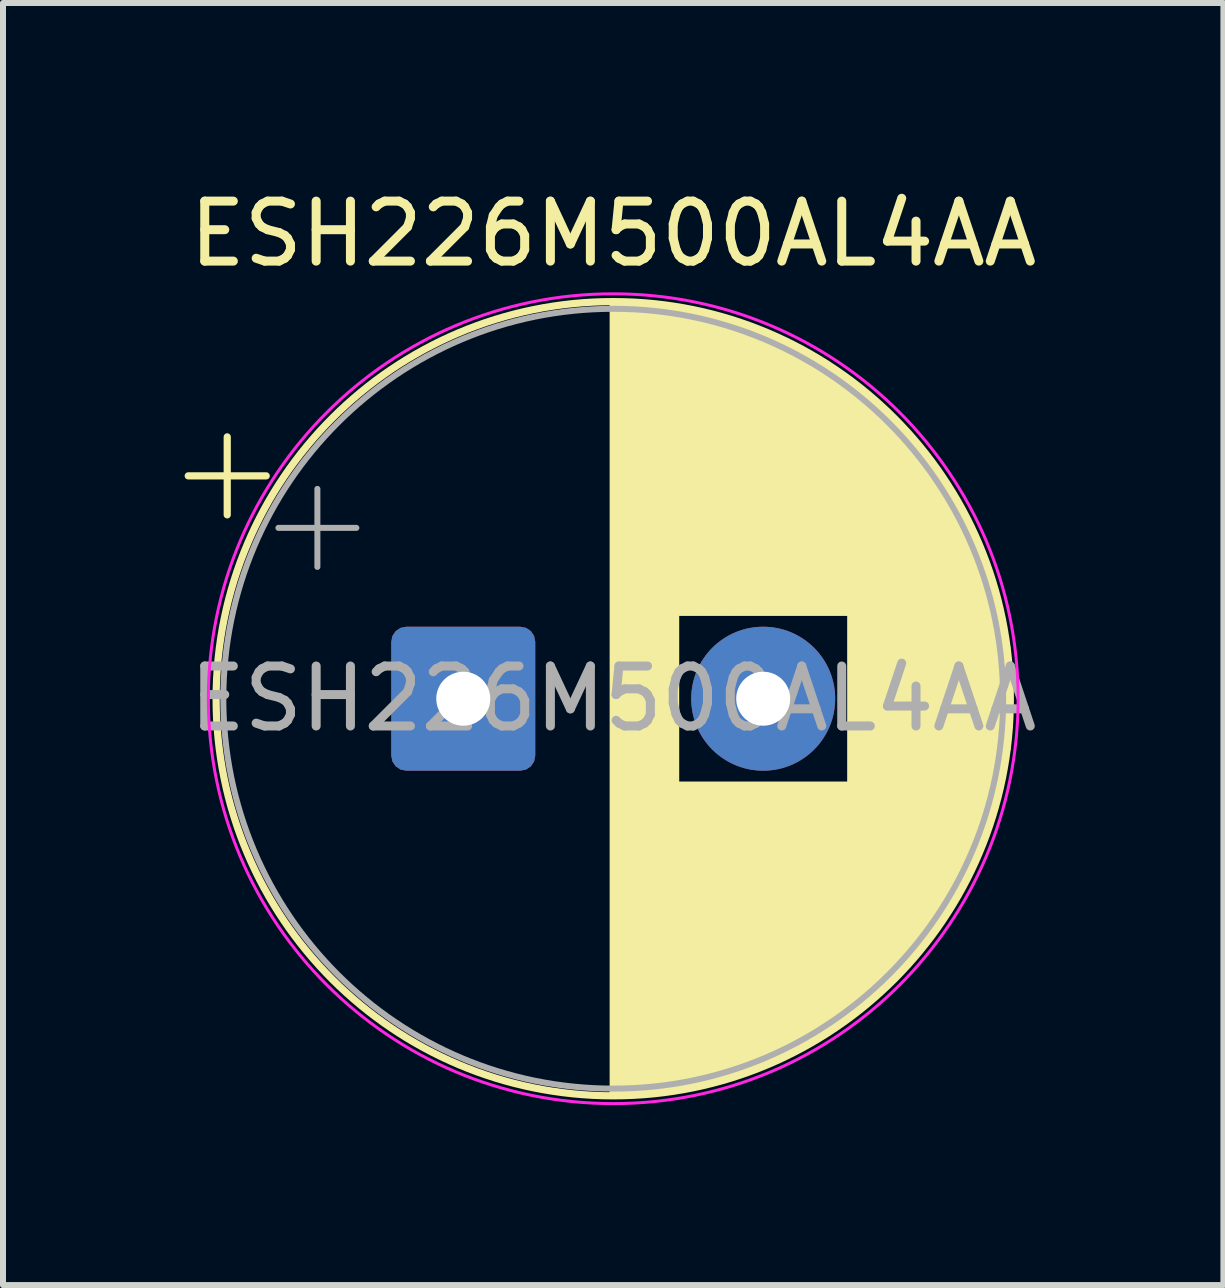
<source format=kicad_pcb>
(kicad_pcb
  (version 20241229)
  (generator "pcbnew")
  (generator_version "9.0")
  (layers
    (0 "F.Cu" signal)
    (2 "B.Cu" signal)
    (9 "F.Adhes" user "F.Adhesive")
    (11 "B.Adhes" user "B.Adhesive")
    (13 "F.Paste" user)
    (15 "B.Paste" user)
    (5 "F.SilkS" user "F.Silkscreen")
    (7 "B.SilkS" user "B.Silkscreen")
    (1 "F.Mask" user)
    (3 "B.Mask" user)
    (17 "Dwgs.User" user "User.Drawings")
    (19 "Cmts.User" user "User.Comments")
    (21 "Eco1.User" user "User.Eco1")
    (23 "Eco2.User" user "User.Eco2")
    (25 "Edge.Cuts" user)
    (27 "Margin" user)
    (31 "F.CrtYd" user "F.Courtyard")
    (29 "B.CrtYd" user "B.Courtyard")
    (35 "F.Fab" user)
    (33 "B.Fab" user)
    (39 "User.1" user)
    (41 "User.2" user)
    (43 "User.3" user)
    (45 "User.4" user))
  (footprint "ESH226M500AL4AA"
    (layer "F.Cu")
    (at 4.673 8.598)
    (property "Reference" "ESH226M500AL4AA" (at 2.5 -7.75 0) (layer "F.SilkS") (effects (font (size 1 1) (thickness 0.15))))
    (attr through_hole)
    (fp_line (start -4.585 -3.715) (end -3.285 -3.715) (stroke (width 0.12) (type solid)) (layer "F.SilkS"))
    (fp_line (start -3.935 -4.365) (end -3.935 -3.065) (stroke (width 0.12) (type solid)) (layer "F.SilkS"))
    (fp_line (start 2.5 -6.58) (end 2.5 6.58) (stroke (width 0.12) (type solid)) (layer "F.SilkS"))
    (fp_line (start 2.54 -6.58) (end 2.54 6.58) (stroke (width 0.12) (type solid)) (layer "F.SilkS"))
    (fp_line (start 2.58 -6.58) (end 2.58 6.58) (stroke (width 0.12) (type solid)) (layer "F.SilkS"))
    (fp_line (start 2.62 -6.579) (end 2.62 6.579) (stroke (width 0.12) (type solid)) (layer "F.SilkS"))
    (fp_line (start 2.66 -6.578) (end 2.66 6.578) (stroke (width 0.12) (type solid)) (layer "F.SilkS"))
    (fp_line (start 2.7 -6.577) (end 2.7 6.577) (stroke (width 0.12) (type solid)) (layer "F.SilkS"))
    (fp_line (start 2.74 -6.576) (end 2.74 6.576) (stroke (width 0.12) (type solid)) (layer "F.SilkS"))
    (fp_line (start 2.78 -6.574) (end 2.78 6.574) (stroke (width 0.12) (type solid)) (layer "F.SilkS"))
    (fp_line (start 2.82 -6.572) (end 2.82 6.572) (stroke (width 0.12) (type solid)) (layer "F.SilkS"))
    (fp_line (start 2.86 -6.57) (end 2.86 6.57) (stroke (width 0.12) (type solid)) (layer "F.SilkS"))
    (fp_line (start 2.9 -6.568) (end 2.9 6.568) (stroke (width 0.12) (type solid)) (layer "F.SilkS"))
    (fp_line (start 2.94 -6.565) (end 2.94 6.565) (stroke (width 0.12) (type solid)) (layer "F.SilkS"))
    (fp_line (start 2.98 -6.563) (end 2.98 6.563) (stroke (width 0.12) (type solid)) (layer "F.SilkS"))
    (fp_line (start 3.02 -6.56) (end 3.02 6.56) (stroke (width 0.12) (type solid)) (layer "F.SilkS"))
    (fp_line (start 3.06 -6.556) (end 3.06 6.556) (stroke (width 0.12) (type solid)) (layer "F.SilkS"))
    (fp_line (start 3.1 -6.553) (end 3.1 6.553) (stroke (width 0.12) (type solid)) (layer "F.SilkS"))
    (fp_line (start 3.14 -6.549) (end 3.14 6.549) (stroke (width 0.12) (type solid)) (layer "F.SilkS"))
    (fp_line (start 3.18 -6.545) (end 3.18 6.545) (stroke (width 0.12) (type solid)) (layer "F.SilkS"))
    (fp_line (start 3.22 -6.541) (end 3.22 6.541) (stroke (width 0.12) (type solid)) (layer "F.SilkS"))
    (fp_line (start 3.26 -6.536) (end 3.26 6.536) (stroke (width 0.12) (type solid)) (layer "F.SilkS"))
    (fp_line (start 3.3 -6.531) (end 3.3 6.531) (stroke (width 0.12) (type solid)) (layer "F.SilkS"))
    (fp_line (start 3.34 -6.526) (end 3.34 6.526) (stroke (width 0.12) (type solid)) (layer "F.SilkS"))
    (fp_line (start 3.38 -6.521) (end 3.38 6.521) (stroke (width 0.12) (type solid)) (layer "F.SilkS"))
    (fp_line (start 3.42 -6.516) (end 3.42 6.516) (stroke (width 0.12) (type solid)) (layer "F.SilkS"))
    (fp_line (start 3.46 -6.51) (end 3.46 6.51) (stroke (width 0.12) (type solid)) (layer "F.SilkS"))
    (fp_line (start 3.5 -6.504) (end 3.5 6.504) (stroke (width 0.12) (type solid)) (layer "F.SilkS"))
    (fp_line (start 3.54 -6.498) (end 3.54 6.498) (stroke (width 0.12) (type solid)) (layer "F.SilkS"))
    (fp_line (start 3.58 -6.491) (end 3.58 -1.44) (stroke (width 0.12) (type solid)) (layer "F.SilkS"))
    (fp_line (start 3.58 1.44) (end 3.58 6.491) (stroke (width 0.12) (type solid)) (layer "F.SilkS"))
    (fp_line (start 3.62 -6.485) (end 3.62 -1.44) (stroke (width 0.12) (type solid)) (layer "F.SilkS"))
    (fp_line (start 3.62 1.44) (end 3.62 6.485) (stroke (width 0.12) (type solid)) (layer "F.SilkS"))
    (fp_line (start 3.66 -6.478) (end 3.66 -1.44) (stroke (width 0.12) (type solid)) (layer "F.SilkS"))
    (fp_line (start 3.66 1.44) (end 3.66 6.478) (stroke (width 0.12) (type solid)) (layer "F.SilkS"))
    (fp_line (start 3.7 -6.47) (end 3.7 -1.44) (stroke (width 0.12) (type solid)) (layer "F.SilkS"))
    (fp_line (start 3.7 1.44) (end 3.7 6.47) (stroke (width 0.12) (type solid)) (layer "F.SilkS"))
    (fp_line (start 3.74 -6.463) (end 3.74 -1.44) (stroke (width 0.12) (type solid)) (layer "F.SilkS"))
    (fp_line (start 3.74 1.44) (end 3.74 6.463) (stroke (width 0.12) (type solid)) (layer "F.SilkS"))
    (fp_line (start 3.78 -6.455) (end 3.78 -1.44) (stroke (width 0.12) (type solid)) (layer "F.SilkS"))
    (fp_line (start 3.78 1.44) (end 3.78 6.455) (stroke (width 0.12) (type solid)) (layer "F.SilkS"))
    (fp_line (start 3.82 -6.447) (end 3.82 -1.44) (stroke (width 0.12) (type solid)) (layer "F.SilkS"))
    (fp_line (start 3.82 1.44) (end 3.82 6.447) (stroke (width 0.12) (type solid)) (layer "F.SilkS"))
    (fp_line (start 3.86 -6.439) (end 3.86 -1.44) (stroke (width 0.12) (type solid)) (layer "F.SilkS"))
    (fp_line (start 3.86 1.44) (end 3.86 6.439) (stroke (width 0.12) (type solid)) (layer "F.SilkS"))
    (fp_line (start 3.9 -6.43) (end 3.9 -1.44) (stroke (width 0.12) (type solid)) (layer "F.SilkS"))
    (fp_line (start 3.9 1.44) (end 3.9 6.43) (stroke (width 0.12) (type solid)) (layer "F.SilkS"))
    (fp_line (start 3.94 -6.421) (end 3.94 -1.44) (stroke (width 0.12) (type solid)) (layer "F.SilkS"))
    (fp_line (start 3.94 1.44) (end 3.94 6.421) (stroke (width 0.12) (type solid)) (layer "F.SilkS"))
    (fp_line (start 3.98 -6.412) (end 3.98 -1.44) (stroke (width 0.12) (type solid)) (layer "F.SilkS"))
    (fp_line (start 3.98 1.44) (end 3.98 6.412) (stroke (width 0.12) (type solid)) (layer "F.SilkS"))
    (fp_line (start 4.02 -6.403) (end 4.02 -1.44) (stroke (width 0.12) (type solid)) (layer "F.SilkS"))
    (fp_line (start 4.02 1.44) (end 4.02 6.403) (stroke (width 0.12) (type solid)) (layer "F.SilkS"))
    (fp_line (start 4.06 -6.394) (end 4.06 -1.44) (stroke (width 0.12) (type solid)) (layer "F.SilkS"))
    (fp_line (start 4.06 1.44) (end 4.06 6.394) (stroke (width 0.12) (type solid)) (layer "F.SilkS"))
    (fp_line (start 4.1 -6.384) (end 4.1 -1.44) (stroke (width 0.12) (type solid)) (layer "F.SilkS"))
    (fp_line (start 4.1 1.44) (end 4.1 6.384) (stroke (width 0.12) (type solid)) (layer "F.SilkS"))
    (fp_line (start 4.14 -6.374) (end 4.14 -1.44) (stroke (width 0.12) (type solid)) (layer "F.SilkS"))
    (fp_line (start 4.14 1.44) (end 4.14 6.374) (stroke (width 0.12) (type solid)) (layer "F.SilkS"))
    (fp_line (start 4.18 -6.363) (end 4.18 -1.44) (stroke (width 0.12) (type solid)) (layer "F.SilkS"))
    (fp_line (start 4.18 1.44) (end 4.18 6.363) (stroke (width 0.12) (type solid)) (layer "F.SilkS"))
    (fp_line (start 4.22 -6.353) (end 4.22 -1.44) (stroke (width 0.12) (type solid)) (layer "F.SilkS"))
    (fp_line (start 4.22 1.44) (end 4.22 6.353) (stroke (width 0.12) (type solid)) (layer "F.SilkS"))
    (fp_line (start 4.26 -6.342) (end 4.26 -1.44) (stroke (width 0.12) (type solid)) (layer "F.SilkS"))
    (fp_line (start 4.26 1.44) (end 4.26 6.342) (stroke (width 0.12) (type solid)) (layer "F.SilkS"))
    (fp_line (start 4.3 -6.331) (end 4.3 -1.44) (stroke (width 0.12) (type solid)) (layer "F.SilkS"))
    (fp_line (start 4.3 1.44) (end 4.3 6.331) (stroke (width 0.12) (type solid)) (layer "F.SilkS"))
    (fp_line (start 4.34 -6.319) (end 4.34 -1.44) (stroke (width 0.12) (type solid)) (layer "F.SilkS"))
    (fp_line (start 4.34 1.44) (end 4.34 6.319) (stroke (width 0.12) (type solid)) (layer "F.SilkS"))
    (fp_line (start 4.38 -6.307) (end 4.38 -1.44) (stroke (width 0.12) (type solid)) (layer "F.SilkS"))
    (fp_line (start 4.38 1.44) (end 4.38 6.307) (stroke (width 0.12) (type solid)) (layer "F.SilkS"))
    (fp_line (start 4.42 -6.295) (end 4.42 -1.44) (stroke (width 0.12) (type solid)) (layer "F.SilkS"))
    (fp_line (start 4.42 1.44) (end 4.42 6.295) (stroke (width 0.12) (type solid)) (layer "F.SilkS"))
    (fp_line (start 4.46 -6.283) (end 4.46 -1.44) (stroke (width 0.12) (type solid)) (layer "F.SilkS"))
    (fp_line (start 4.46 1.44) (end 4.46 6.283) (stroke (width 0.12) (type solid)) (layer "F.SilkS"))
    (fp_line (start 4.5 -6.271) (end 4.5 -1.44) (stroke (width 0.12) (type solid)) (layer "F.SilkS"))
    (fp_line (start 4.5 1.44) (end 4.5 6.271) (stroke (width 0.12) (type solid)) (layer "F.SilkS"))
    (fp_line (start 4.54 -6.258) (end 4.54 -1.44) (stroke (width 0.12) (type solid)) (layer "F.SilkS"))
    (fp_line (start 4.54 1.44) (end 4.54 6.258) (stroke (width 0.12) (type solid)) (layer "F.SilkS"))
    (fp_line (start 4.58 -6.245) (end 4.58 -1.44) (stroke (width 0.12) (type solid)) (layer "F.SilkS"))
    (fp_line (start 4.58 1.44) (end 4.58 6.245) (stroke (width 0.12) (type solid)) (layer "F.SilkS"))
    (fp_line (start 4.62 -6.231) (end 4.62 -1.44) (stroke (width 0.12) (type solid)) (layer "F.SilkS"))
    (fp_line (start 4.62 1.44) (end 4.62 6.231) (stroke (width 0.12) (type solid)) (layer "F.SilkS"))
    (fp_line (start 4.66 -6.218) (end 4.66 -1.44) (stroke (width 0.12) (type solid)) (layer "F.SilkS"))
    (fp_line (start 4.66 1.44) (end 4.66 6.218) (stroke (width 0.12) (type solid)) (layer "F.SilkS"))
    (fp_line (start 4.7 -6.204) (end 4.7 -1.44) (stroke (width 0.12) (type solid)) (layer "F.SilkS"))
    (fp_line (start 4.7 1.44) (end 4.7 6.204) (stroke (width 0.12) (type solid)) (layer "F.SilkS"))
    (fp_line (start 4.74 -6.19) (end 4.74 -1.44) (stroke (width 0.12) (type solid)) (layer "F.SilkS"))
    (fp_line (start 4.74 1.44) (end 4.74 6.19) (stroke (width 0.12) (type solid)) (layer "F.SilkS"))
    (fp_line (start 4.78 -6.175) (end 4.78 -1.44) (stroke (width 0.12) (type solid)) (layer "F.SilkS"))
    (fp_line (start 4.78 1.44) (end 4.78 6.175) (stroke (width 0.12) (type solid)) (layer "F.SilkS"))
    (fp_line (start 4.82 -6.16) (end 4.82 -1.44) (stroke (width 0.12) (type solid)) (layer "F.SilkS"))
    (fp_line (start 4.82 1.44) (end 4.82 6.16) (stroke (width 0.12) (type solid)) (layer "F.SilkS"))
    (fp_line (start 4.86 -6.145) (end 4.86 -1.44) (stroke (width 0.12) (type solid)) (layer "F.SilkS"))
    (fp_line (start 4.86 1.44) (end 4.86 6.145) (stroke (width 0.12) (type solid)) (layer "F.SilkS"))
    (fp_line (start 4.9 -6.13) (end 4.9 -1.44) (stroke (width 0.12) (type solid)) (layer "F.SilkS"))
    (fp_line (start 4.9 1.44) (end 4.9 6.13) (stroke (width 0.12) (type solid)) (layer "F.SilkS"))
    (fp_line (start 4.94 -6.114) (end 4.94 -1.44) (stroke (width 0.12) (type solid)) (layer "F.SilkS"))
    (fp_line (start 4.94 1.44) (end 4.94 6.114) (stroke (width 0.12) (type solid)) (layer "F.SilkS"))
    (fp_line (start 4.98 -6.098) (end 4.98 -1.44) (stroke (width 0.12) (type solid)) (layer "F.SilkS"))
    (fp_line (start 4.98 1.44) (end 4.98 6.098) (stroke (width 0.12) (type solid)) (layer "F.SilkS"))
    (fp_line (start 5.02 -6.082) (end 5.02 -1.44) (stroke (width 0.12) (type solid)) (layer "F.SilkS"))
    (fp_line (start 5.02 1.44) (end 5.02 6.082) (stroke (width 0.12) (type solid)) (layer "F.SilkS"))
    (fp_line (start 5.06 -6.065) (end 5.06 -1.44) (stroke (width 0.12) (type solid)) (layer "F.SilkS"))
    (fp_line (start 5.06 1.44) (end 5.06 6.065) (stroke (width 0.12) (type solid)) (layer "F.SilkS"))
    (fp_line (start 5.1 -6.048) (end 5.1 -1.44) (stroke (width 0.12) (type solid)) (layer "F.SilkS"))
    (fp_line (start 5.1 1.44) (end 5.1 6.048) (stroke (width 0.12) (type solid)) (layer "F.SilkS"))
    (fp_line (start 5.14 -6.031) (end 5.14 -1.44) (stroke (width 0.12) (type solid)) (layer "F.SilkS"))
    (fp_line (start 5.14 1.44) (end 5.14 6.031) (stroke (width 0.12) (type solid)) (layer "F.SilkS"))
    (fp_line (start 5.18 -6.013) (end 5.18 -1.44) (stroke (width 0.12) (type solid)) (layer "F.SilkS"))
    (fp_line (start 5.18 1.44) (end 5.18 6.013) (stroke (width 0.12) (type solid)) (layer "F.SilkS"))
    (fp_line (start 5.22 -5.995) (end 5.22 -1.44) (stroke (width 0.12) (type solid)) (layer "F.SilkS"))
    (fp_line (start 5.22 1.44) (end 5.22 5.995) (stroke (width 0.12) (type solid)) (layer "F.SilkS"))
    (fp_line (start 5.26 -5.977) (end 5.26 -1.44) (stroke (width 0.12) (type solid)) (layer "F.SilkS"))
    (fp_line (start 5.26 1.44) (end 5.26 5.977) (stroke (width 0.12) (type solid)) (layer "F.SilkS"))
    (fp_line (start 5.3 -5.959) (end 5.3 -1.44) (stroke (width 0.12) (type solid)) (layer "F.SilkS"))
    (fp_line (start 5.3 1.44) (end 5.3 5.959) (stroke (width 0.12) (type solid)) (layer "F.SilkS"))
    (fp_line (start 5.34 -5.94) (end 5.34 -1.44) (stroke (width 0.12) (type solid)) (layer "F.SilkS"))
    (fp_line (start 5.34 1.44) (end 5.34 5.94) (stroke (width 0.12) (type solid)) (layer "F.SilkS"))
    (fp_line (start 5.38 -5.921) (end 5.38 -1.44) (stroke (width 0.12) (type solid)) (layer "F.SilkS"))
    (fp_line (start 5.38 1.44) (end 5.38 5.921) (stroke (width 0.12) (type solid)) (layer "F.SilkS"))
    (fp_line (start 5.42 -5.901) (end 5.42 -1.44) (stroke (width 0.12) (type solid)) (layer "F.SilkS"))
    (fp_line (start 5.42 1.44) (end 5.42 5.901) (stroke (width 0.12) (type solid)) (layer "F.SilkS"))
    (fp_line (start 5.46 -5.881) (end 5.46 -1.44) (stroke (width 0.12) (type solid)) (layer "F.SilkS"))
    (fp_line (start 5.46 1.44) (end 5.46 5.881) (stroke (width 0.12) (type solid)) (layer "F.SilkS"))
    (fp_line (start 5.5 -5.861) (end 5.5 -1.44) (stroke (width 0.12) (type solid)) (layer "F.SilkS"))
    (fp_line (start 5.5 1.44) (end 5.5 5.861) (stroke (width 0.12) (type solid)) (layer "F.SilkS"))
    (fp_line (start 5.54 -5.841) (end 5.54 -1.44) (stroke (width 0.12) (type solid)) (layer "F.SilkS"))
    (fp_line (start 5.54 1.44) (end 5.54 5.841) (stroke (width 0.12) (type solid)) (layer "F.SilkS"))
    (fp_line (start 5.58 -5.82) (end 5.58 -1.44) (stroke (width 0.12) (type solid)) (layer "F.SilkS"))
    (fp_line (start 5.58 1.44) (end 5.58 5.82) (stroke (width 0.12) (type solid)) (layer "F.SilkS"))
    (fp_line (start 5.62 -5.799) (end 5.62 -1.44) (stroke (width 0.12) (type solid)) (layer "F.SilkS"))
    (fp_line (start 5.62 1.44) (end 5.62 5.799) (stroke (width 0.12) (type solid)) (layer "F.SilkS"))
    (fp_line (start 5.66 -5.777) (end 5.66 -1.44) (stroke (width 0.12) (type solid)) (layer "F.SilkS"))
    (fp_line (start 5.66 1.44) (end 5.66 5.777) (stroke (width 0.12) (type solid)) (layer "F.SilkS"))
    (fp_line (start 5.7 -5.755) (end 5.7 -1.44) (stroke (width 0.12) (type solid)) (layer "F.SilkS"))
    (fp_line (start 5.7 1.44) (end 5.7 5.755) (stroke (width 0.12) (type solid)) (layer "F.SilkS"))
    (fp_line (start 5.74 -5.733) (end 5.74 -1.44) (stroke (width 0.12) (type solid)) (layer "F.SilkS"))
    (fp_line (start 5.74 1.44) (end 5.74 5.733) (stroke (width 0.12) (type solid)) (layer "F.SilkS"))
    (fp_line (start 5.78 -5.71) (end 5.78 -1.44) (stroke (width 0.12) (type solid)) (layer "F.SilkS"))
    (fp_line (start 5.78 1.44) (end 5.78 5.71) (stroke (width 0.12) (type solid)) (layer "F.SilkS"))
    (fp_line (start 5.82 -5.687) (end 5.82 -1.44) (stroke (width 0.12) (type solid)) (layer "F.SilkS"))
    (fp_line (start 5.82 1.44) (end 5.82 5.687) (stroke (width 0.12) (type solid)) (layer "F.SilkS"))
    (fp_line (start 5.86 -5.664) (end 5.86 -1.44) (stroke (width 0.12) (type solid)) (layer "F.SilkS"))
    (fp_line (start 5.86 1.44) (end 5.86 5.664) (stroke (width 0.12) (type solid)) (layer "F.SilkS"))
    (fp_line (start 5.9 -5.64) (end 5.9 -1.44) (stroke (width 0.12) (type solid)) (layer "F.SilkS"))
    (fp_line (start 5.9 1.44) (end 5.9 5.64) (stroke (width 0.12) (type solid)) (layer "F.SilkS"))
    (fp_line (start 5.94 -5.616) (end 5.94 -1.44) (stroke (width 0.12) (type solid)) (layer "F.SilkS"))
    (fp_line (start 5.94 1.44) (end 5.94 5.616) (stroke (width 0.12) (type solid)) (layer "F.SilkS"))
    (fp_line (start 5.98 -5.592) (end 5.98 -1.44) (stroke (width 0.12) (type solid)) (layer "F.SilkS"))
    (fp_line (start 5.98 1.44) (end 5.98 5.592) (stroke (width 0.12) (type solid)) (layer "F.SilkS"))
    (fp_line (start 6.02 -5.567) (end 6.02 -1.44) (stroke (width 0.12) (type solid)) (layer "F.SilkS"))
    (fp_line (start 6.02 1.44) (end 6.02 5.567) (stroke (width 0.12) (type solid)) (layer "F.SilkS"))
    (fp_line (start 6.06 -5.541) (end 6.06 -1.44) (stroke (width 0.12) (type solid)) (layer "F.SilkS"))
    (fp_line (start 6.06 1.44) (end 6.06 5.541) (stroke (width 0.12) (type solid)) (layer "F.SilkS"))
    (fp_line (start 6.1 -5.516) (end 6.1 -1.44) (stroke (width 0.12) (type solid)) (layer "F.SilkS"))
    (fp_line (start 6.1 1.44) (end 6.1 5.516) (stroke (width 0.12) (type solid)) (layer "F.SilkS"))
    (fp_line (start 6.14 -5.489) (end 6.14 -1.44) (stroke (width 0.12) (type solid)) (layer "F.SilkS"))
    (fp_line (start 6.14 1.44) (end 6.14 5.489) (stroke (width 0.12) (type solid)) (layer "F.SilkS"))
    (fp_line (start 6.18 -5.463) (end 6.18 -1.44) (stroke (width 0.12) (type solid)) (layer "F.SilkS"))
    (fp_line (start 6.18 1.44) (end 6.18 5.463) (stroke (width 0.12) (type solid)) (layer "F.SilkS"))
    (fp_line (start 6.22 -5.436) (end 6.22 -1.44) (stroke (width 0.12) (type solid)) (layer "F.SilkS"))
    (fp_line (start 6.22 1.44) (end 6.22 5.436) (stroke (width 0.12) (type solid)) (layer "F.SilkS"))
    (fp_line (start 6.26 -5.409) (end 6.26 -1.44) (stroke (width 0.12) (type solid)) (layer "F.SilkS"))
    (fp_line (start 6.26 1.44) (end 6.26 5.409) (stroke (width 0.12) (type solid)) (layer "F.SilkS"))
    (fp_line (start 6.3 -5.381) (end 6.3 -1.44) (stroke (width 0.12) (type solid)) (layer "F.SilkS"))
    (fp_line (start 6.3 1.44) (end 6.3 5.381) (stroke (width 0.12) (type solid)) (layer "F.SilkS"))
    (fp_line (start 6.34 -5.352) (end 6.34 -1.44) (stroke (width 0.12) (type solid)) (layer "F.SilkS"))
    (fp_line (start 6.34 1.44) (end 6.34 5.352) (stroke (width 0.12) (type solid)) (layer "F.SilkS"))
    (fp_line (start 6.38 -5.324) (end 6.38 -1.44) (stroke (width 0.12) (type solid)) (layer "F.SilkS"))
    (fp_line (start 6.38 1.44) (end 6.38 5.324) (stroke (width 0.12) (type solid)) (layer "F.SilkS"))
    (fp_line (start 6.42 -5.295) (end 6.42 -1.44) (stroke (width 0.12) (type solid)) (layer "F.SilkS"))
    (fp_line (start 6.42 1.44) (end 6.42 5.295) (stroke (width 0.12) (type solid)) (layer "F.SilkS"))
    (fp_line (start 6.46 -5.265) (end 6.46 5.265) (stroke (width 0.12) (type solid)) (layer "F.SilkS"))
    (fp_line (start 6.5 -5.235) (end 6.5 5.235) (stroke (width 0.12) (type solid)) (layer "F.SilkS"))
    (fp_line (start 6.54 -5.204) (end 6.54 5.204) (stroke (width 0.12) (type solid)) (layer "F.SilkS"))
    (fp_line (start 6.58 -5.173) (end 6.58 5.173) (stroke (width 0.12) (type solid)) (layer "F.SilkS"))
    (fp_line (start 6.62 -5.142) (end 6.62 5.142) (stroke (width 0.12) (type solid)) (layer "F.SilkS"))
    (fp_line (start 6.66 -5.11) (end 6.66 5.11) (stroke (width 0.12) (type solid)) (layer "F.SilkS"))
    (fp_line (start 6.7 -5.077) (end 6.7 5.077) (stroke (width 0.12) (type solid)) (layer "F.SilkS"))
    (fp_line (start 6.74 -5.044) (end 6.74 5.044) (stroke (width 0.12) (type solid)) (layer "F.SilkS"))
    (fp_line (start 6.78 -5.01) (end 6.78 5.01) (stroke (width 0.12) (type solid)) (layer "F.SilkS"))
    (fp_line (start 6.82 -4.976) (end 6.82 4.976) (stroke (width 0.12) (type solid)) (layer "F.SilkS"))
    (fp_line (start 6.86 -4.941) (end 6.86 4.941) (stroke (width 0.12) (type solid)) (layer "F.SilkS"))
    (fp_line (start 6.9 -4.906) (end 6.9 4.906) (stroke (width 0.12) (type solid)) (layer "F.SilkS"))
    (fp_line (start 6.94 -4.87) (end 6.94 4.87) (stroke (width 0.12) (type solid)) (layer "F.SilkS"))
    (fp_line (start 6.98 -4.834) (end 6.98 4.834) (stroke (width 0.12) (type solid)) (layer "F.SilkS"))
    (fp_line (start 7.02 -4.797) (end 7.02 4.797) (stroke (width 0.12) (type solid)) (layer "F.SilkS"))
    (fp_line (start 7.06 -4.759) (end 7.06 4.759) (stroke (width 0.12) (type solid)) (layer "F.SilkS"))
    (fp_line (start 7.1 -4.721) (end 7.1 4.721) (stroke (width 0.12) (type solid)) (layer "F.SilkS"))
    (fp_line (start 7.14 -4.682) (end 7.14 4.682) (stroke (width 0.12) (type solid)) (layer "F.SilkS"))
    (fp_line (start 7.18 -4.642) (end 7.18 4.642) (stroke (width 0.12) (type solid)) (layer "F.SilkS"))
    (fp_line (start 7.22 -4.602) (end 7.22 4.602) (stroke (width 0.12) (type solid)) (layer "F.SilkS"))
    (fp_line (start 7.26 -4.561) (end 7.26 4.561) (stroke (width 0.12) (type solid)) (layer "F.SilkS"))
    (fp_line (start 7.3 -4.519) (end 7.3 4.519) (stroke (width 0.12) (type solid)) (layer "F.SilkS"))
    (fp_line (start 7.34 -4.477) (end 7.34 4.477) (stroke (width 0.12) (type solid)) (layer "F.SilkS"))
    (fp_line (start 7.38 -4.433) (end 7.38 4.433) (stroke (width 0.12) (type solid)) (layer "F.SilkS"))
    (fp_line (start 7.42 -4.389) (end 7.42 4.389) (stroke (width 0.12) (type solid)) (layer "F.SilkS"))
    (fp_line (start 7.46 -4.344) (end 7.46 4.344) (stroke (width 0.12) (type solid)) (layer "F.SilkS"))
    (fp_line (start 7.5 -4.299) (end 7.5 4.299) (stroke (width 0.12) (type solid)) (layer "F.SilkS"))
    (fp_line (start 7.54 -4.252) (end 7.54 4.252) (stroke (width 0.12) (type solid)) (layer "F.SilkS"))
    (fp_line (start 7.58 -4.205) (end 7.58 4.205) (stroke (width 0.12) (type solid)) (layer "F.SilkS"))
    (fp_line (start 7.62 -4.156) (end 7.62 4.156) (stroke (width 0.12) (type solid)) (layer "F.SilkS"))
    (fp_line (start 7.66 -4.107) (end 7.66 4.107) (stroke (width 0.12) (type solid)) (layer "F.SilkS"))
    (fp_line (start 7.7 -4.057) (end 7.7 4.057) (stroke (width 0.12) (type solid)) (layer "F.SilkS"))
    (fp_line (start 7.74 -4.006) (end 7.74 4.006) (stroke (width 0.12) (type solid)) (layer "F.SilkS"))
    (fp_line (start 7.78 -3.953) (end 7.78 3.953) (stroke (width 0.12) (type solid)) (layer "F.SilkS"))
    (fp_line (start 7.82 -3.9) (end 7.82 3.9) (stroke (width 0.12) (type solid)) (layer "F.SilkS"))
    (fp_line (start 7.86 -3.845) (end 7.86 3.845) (stroke (width 0.12) (type solid)) (layer "F.SilkS"))
    (fp_line (start 7.9 -3.789) (end 7.9 3.789) (stroke (width 0.12) (type solid)) (layer "F.SilkS"))
    (fp_line (start 7.94 -3.732) (end 7.94 3.732) (stroke (width 0.12) (type solid)) (layer "F.SilkS"))
    (fp_line (start 7.98 -3.674) (end 7.98 3.674) (stroke (width 0.12) (type solid)) (layer "F.SilkS"))
    (fp_line (start 8.02 -3.614) (end 8.02 3.614) (stroke (width 0.12) (type solid)) (layer "F.SilkS"))
    (fp_line (start 8.06 -3.553) (end 8.06 3.553) (stroke (width 0.12) (type solid)) (layer "F.SilkS"))
    (fp_line (start 8.1 -3.49) (end 8.1 3.49) (stroke (width 0.12) (type solid)) (layer "F.SilkS"))
    (fp_line (start 8.14 -3.426) (end 8.14 3.426) (stroke (width 0.12) (type solid)) (layer "F.SilkS"))
    (fp_line (start 8.18 -3.36) (end 8.18 3.36) (stroke (width 0.12) (type solid)) (layer "F.SilkS"))
    (fp_line (start 8.22 -3.293) (end 8.22 3.293) (stroke (width 0.12) (type solid)) (layer "F.SilkS"))
    (fp_line (start 8.26 -3.223) (end 8.26 3.223) (stroke (width 0.12) (type solid)) (layer "F.SilkS"))
    (fp_line (start 8.3 -3.151) (end 8.3 3.151) (stroke (width 0.12) (type solid)) (layer "F.SilkS"))
    (fp_line (start 8.34 -3.077) (end 8.34 3.077) (stroke (width 0.12) (type solid)) (layer "F.SilkS"))
    (fp_line (start 8.38 -3.001) (end 8.38 3.001) (stroke (width 0.12) (type solid)) (layer "F.SilkS"))
    (fp_line (start 8.42 -2.923) (end 8.42 2.923) (stroke (width 0.12) (type solid)) (layer "F.SilkS"))
    (fp_line (start 8.46 -2.841) (end 8.46 2.841) (stroke (width 0.12) (type solid)) (layer "F.SilkS"))
    (fp_line (start 8.5 -2.757) (end 8.5 2.757) (stroke (width 0.12) (type solid)) (layer "F.SilkS"))
    (fp_line (start 8.54 -2.67) (end 8.54 2.67) (stroke (width 0.12) (type solid)) (layer "F.SilkS"))
    (fp_line (start 8.58 -2.579) (end 8.58 2.579) (stroke (width 0.12) (type solid)) (layer "F.SilkS"))
    (fp_line (start 8.62 -2.484) (end 8.62 2.484) (stroke (width 0.12) (type solid)) (layer "F.SilkS"))
    (fp_line (start 8.66 -2.385) (end 8.66 2.385) (stroke (width 0.12) (type solid)) (layer "F.SilkS"))
    (fp_line (start 8.7 -2.28) (end 8.7 2.28) (stroke (width 0.12) (type solid)) (layer "F.SilkS"))
    (fp_line (start 8.74 -2.171) (end 8.74 2.171) (stroke (width 0.12) (type solid)) (layer "F.SilkS"))
    (fp_line (start 8.78 -2.054) (end 8.78 2.054) (stroke (width 0.12) (type solid)) (layer "F.SilkS"))
    (fp_line (start 8.82 -1.93) (end 8.82 1.93) (stroke (width 0.12) (type solid)) (layer "F.SilkS"))
    (fp_line (start 8.86 -1.797) (end 8.86 1.797) (stroke (width 0.12) (type solid)) (layer "F.SilkS"))
    (fp_line (start 8.9 -1.652) (end 8.9 1.652) (stroke (width 0.12) (type solid)) (layer "F.SilkS"))
    (fp_line (start 8.94 -1.493) (end 8.94 1.493) (stroke (width 0.12) (type solid)) (layer "F.SilkS"))
    (fp_line (start 8.98 -1.314) (end 8.98 1.314) (stroke (width 0.12) (type solid)) (layer "F.SilkS"))
    (fp_line (start 9.02 -1.106) (end 9.02 1.106) (stroke (width 0.12) (type solid)) (layer "F.SilkS"))
    (fp_line (start 9.06 -0.849) (end 9.06 0.849) (stroke (width 0.12) (type solid)) (layer "F.SilkS"))
    (fp_line (start 9.1 -0.474) (end 9.1 0.474) (stroke (width 0.12) (type solid)) (layer "F.SilkS"))
    (fp_circle (center 2.5 0) (end 9.12 0) (stroke (width 0.12) (type solid)) (fill no) (layer "F.SilkS"))
    (fp_circle (center 2.5 0) (end 9.25 0) (stroke (width 0.05) (type solid)) (fill no) (layer "F.CrtYd"))
    (fp_line (start -3.082 -2.848) (end -1.782 -2.848) (stroke (width 0.1) (type solid)) (layer "F.Fab"))
    (fp_line (start -2.432 -3.498) (end -2.432 -2.197) (stroke (width 0.1) (type solid)) (layer "F.Fab"))
    (fp_circle (center 2.5 0) (end 9 0) (stroke (width 0.1) (type solid)) (fill no) (layer "F.Fab"))
    (fp_text user "${REFERENCE}" (at 2.5 0 0) (layer "F.Fab") (effects (font (size 1 1) (thickness 0.15))))
    (pad "1" thru_hole roundrect (at 0 0) (size 2.4 2.4) (drill 0.9) (layers "*.Cu" "*.Mask") (roundrect_rratio 0.104))
    (pad "2" thru_hole circle (at 5 0) (size 2.4 2.4) (drill 0.9) (layers "*.Cu" "*.Mask")))
  (gr_rect
    (start -3 -3)
    (end 17.345 18.373)
    (stroke (width 0.1) (type default))
    (fill no)
    (layer "Edge.Cuts")))
</source>
